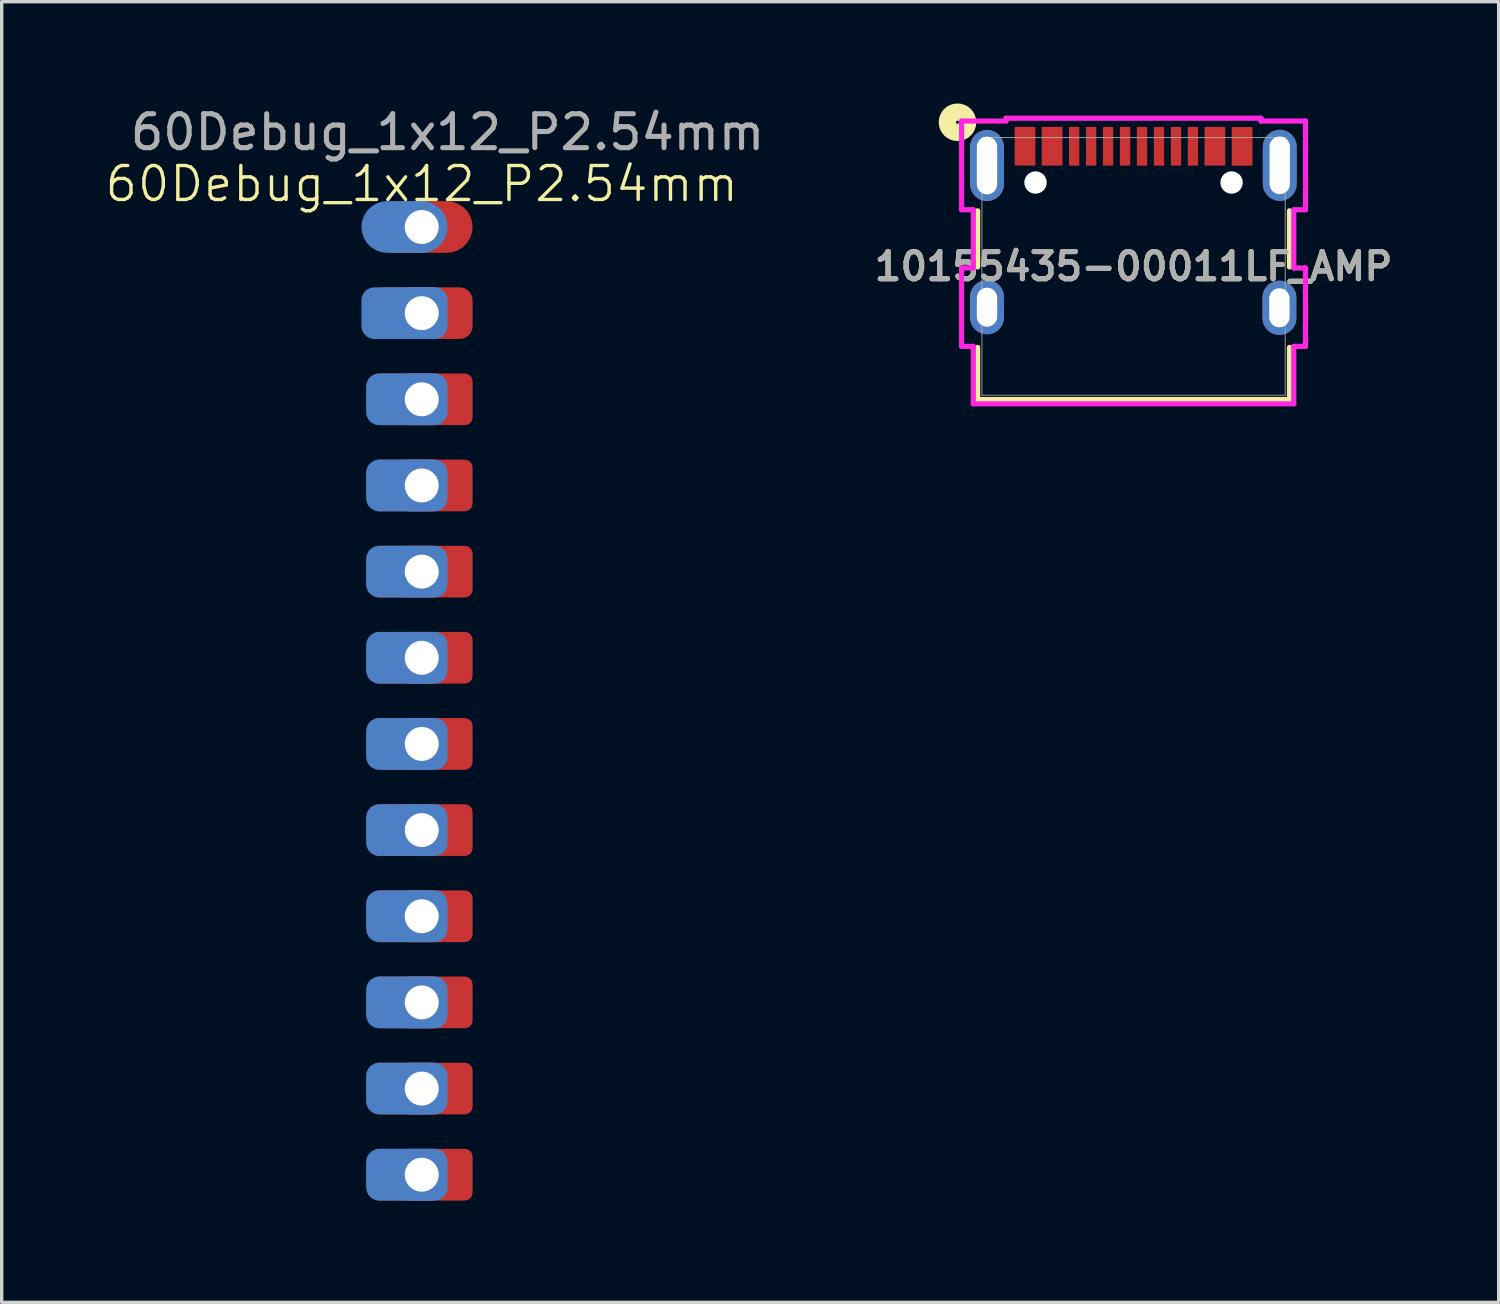
<source format=kicad_pcb>
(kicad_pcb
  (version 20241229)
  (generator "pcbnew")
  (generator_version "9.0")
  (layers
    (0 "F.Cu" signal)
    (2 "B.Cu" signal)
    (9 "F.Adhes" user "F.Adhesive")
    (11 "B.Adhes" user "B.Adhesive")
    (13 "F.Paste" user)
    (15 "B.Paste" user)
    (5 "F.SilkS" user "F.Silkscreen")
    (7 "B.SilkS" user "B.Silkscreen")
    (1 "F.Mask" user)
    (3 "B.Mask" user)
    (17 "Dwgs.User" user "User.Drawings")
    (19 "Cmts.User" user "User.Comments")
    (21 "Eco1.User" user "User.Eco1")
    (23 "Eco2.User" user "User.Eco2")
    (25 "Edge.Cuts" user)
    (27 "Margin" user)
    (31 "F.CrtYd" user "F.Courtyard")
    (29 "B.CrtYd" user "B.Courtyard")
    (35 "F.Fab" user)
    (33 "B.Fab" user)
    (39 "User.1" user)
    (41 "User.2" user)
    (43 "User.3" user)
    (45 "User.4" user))
  (footprint "10155435-00011LF_AMP"
    (layer "F.Cu")
    (at 30.368 4.804)
    (property "Reference" "10155435-00011LF_AMP" (at 0 0 0) (unlocked yes) (layer "F.SilkS") (effects (font (size 0.8 0.8) (thickness 0.15))))
    (attr smd)
    (fp_line (start -4.597 0.015) (end -4.597 -1.639) (stroke (width 0.152) (type solid)) (layer "F.SilkS"))
    (fp_line (start -4.597 3.924) (end -4.597 2.388) (stroke (width 0.152) (type solid)) (layer "F.SilkS"))
    (fp_line (start 4.597 -1.639) (end 4.597 0.015) (stroke (width 0.152) (type solid)) (layer "F.SilkS"))
    (fp_line (start 4.597 2.388) (end 4.597 3.924) (stroke (width 0.152) (type solid)) (layer "F.SilkS"))
    (fp_line (start 4.597 3.924) (end -4.597 3.924) (stroke (width 0.152) (type solid)) (layer "F.SilkS"))
    (fp_circle (center -5.19 -4.25) (end -4.89 -4.25) (stroke (width 0.508) (type solid)) (fill no) (layer "F.SilkS"))
    (fp_line (start -5.069 -4.286) (end -5.069 -1.67) (stroke (width 0.152) (type solid)) (layer "F.CrtYd"))
    (fp_line (start -5.069 -1.67) (end -4.724 -1.67) (stroke (width 0.152) (type solid)) (layer "F.CrtYd"))
    (fp_line (start -5.069 0.046) (end -5.069 2.357) (stroke (width 0.152) (type solid)) (layer "F.CrtYd"))
    (fp_line (start -5.069 2.357) (end -4.724 2.357) (stroke (width 0.152) (type solid)) (layer "F.CrtYd"))
    (fp_line (start -4.724 -1.67) (end -4.724 0.046) (stroke (width 0.152) (type solid)) (layer "F.CrtYd"))
    (fp_line (start -4.724 0.046) (end -5.069 0.046) (stroke (width 0.152) (type solid)) (layer "F.CrtYd"))
    (fp_line (start -4.724 2.357) (end -4.724 4.051) (stroke (width 0.152) (type solid)) (layer "F.CrtYd"))
    (fp_line (start -4.724 4.051) (end 4.724 4.051) (stroke (width 0.152) (type solid)) (layer "F.CrtYd"))
    (fp_line (start -3.759 -4.369) (end -3.759 -4.286) (stroke (width 0.152) (type solid)) (layer "F.CrtYd"))
    (fp_line (start -3.759 -4.286) (end -5.069 -4.286) (stroke (width 0.152) (type solid)) (layer "F.CrtYd"))
    (fp_line (start 3.759 -4.369) (end -3.759 -4.369) (stroke (width 0.152) (type solid)) (layer "F.CrtYd"))
    (fp_line (start 3.759 -4.286) (end 3.759 -4.369) (stroke (width 0.152) (type solid)) (layer "F.CrtYd"))
    (fp_line (start 4.724 -1.67) (end 5.069 -1.67) (stroke (width 0.152) (type solid)) (layer "F.CrtYd"))
    (fp_line (start 4.724 0.046) (end 4.724 -1.67) (stroke (width 0.152) (type solid)) (layer "F.CrtYd"))
    (fp_line (start 4.724 2.357) (end 5.069 2.357) (stroke (width 0.152) (type solid)) (layer "F.CrtYd"))
    (fp_line (start 4.724 4.051) (end 4.724 2.357) (stroke (width 0.152) (type solid)) (layer "F.CrtYd"))
    (fp_line (start 5.069 -4.286) (end 3.759 -4.286) (stroke (width 0.152) (type solid)) (layer "F.CrtYd"))
    (fp_line (start 5.069 -1.67) (end 5.069 -4.286) (stroke (width 0.152) (type solid)) (layer "F.CrtYd"))
    (fp_line (start 5.069 0.046) (end 4.724 0.046) (stroke (width 0.152) (type solid)) (layer "F.CrtYd"))
    (fp_line (start 5.069 2.357) (end 5.069 0.046) (stroke (width 0.152) (type solid)) (layer "F.CrtYd"))
    (fp_line (start -4.32 0.602) (end -4.32 1.802) (stroke (width 0.01) (type solid)) (layer "B.Fab"))
    (fp_line (start -4.47 -3.797) (end -4.47 3.797) (stroke (width 0.025) (type solid)) (layer "F.Fab"))
    (fp_line (start -4.47 3.797) (end 4.47 3.797) (stroke (width 0.025) (type solid)) (layer "F.Fab"))
    (fp_line (start -4.32 -4.025) (end -4.32 -4.015) (stroke (width 0.01) (type solid)) (layer "F.Fab"))
    (fp_line (start 4.47 -3.797) (end -4.47 -3.797) (stroke (width 0.025) (type solid)) (layer "F.Fab"))
    (fp_line (start 4.47 3.797) (end 4.47 -3.797) (stroke (width 0.025) (type solid)) (layer "F.Fab"))
    (fp_text user "${REFERENCE}" (at 0 0 0) (unlocked yes) (layer "F.Fab") (effects (font (size 0.8 0.8) (thickness 0.15))))
    (pad "" np_thru_hole circle (at -2.89 -2.473) (size 0.66 0.66) (drill 0.66) (layers "*.Cu" "*.Mask"))
    (pad "" np_thru_hole circle (at 2.89 -2.473) (size 0.66 0.66) (drill 0.66) (layers "*.Cu" "*.Mask"))
    (pad "A5" smd rect (at -1.251 -3.543) (size 0.305 1.143) (layers "F.Cu" "F.Mask" "F.Paste"))
    (pad "A6" smd rect (at -0.25 -3.543) (size 0.305 1.143) (layers "F.Cu" "F.Mask" "F.Paste"))
    (pad "A7" smd rect (at 0.25 -3.543) (size 0.305 1.143) (layers "F.Cu" "F.Mask" "F.Paste"))
    (pad "A8" smd rect (at 1.251 -3.543) (size 0.305 1.143) (layers "F.Cu" "F.Mask" "F.Paste"))
    (pad "B5" smd rect (at 1.751 -3.543) (size 0.305 1.143) (layers "F.Cu" "F.Mask" "F.Paste"))
    (pad "B6" smd rect (at 0.751 -3.543) (size 0.305 1.143) (layers "F.Cu" "F.Mask" "F.Paste"))
    (pad "B7" smd rect (at -0.751 -3.543) (size 0.305 1.143) (layers "F.Cu" "F.Mask" "F.Paste"))
    (pad "B8" smd rect (at -1.751 -3.543) (size 0.305 1.143) (layers "F.Cu" "F.Mask" "F.Paste"))
    (pad "GND1" smd rect (at -3.199 -3.544) (size 0.611 1.142) (layers "F.Cu" "F.Mask" "F.Paste"))
    (pad "GND2" smd rect (at 3.2 -3.54) (size 0.611 1.142) (layers "F.Cu" "F.Mask" "F.Paste"))
    (pad "SHLD1" thru_hole oval (at -4.32 1.202 180) (size 1 1.6) (drill oval 0.6 1.15) (layers "*.Cu" "*.Mask"))
    (pad "SHLD2" thru_hole oval (at 4.3 1.22 180) (size 1 1.6) (drill oval 0.6 1.15) (layers "*.Cu" "*.Mask"))
    (pad "SHLD3" thru_hole roundrect (at -4.32 -2.975 180) (size 1 2.1) (drill oval 0.6 1.7) (layers "*.Cu" "*.Mask") (roundrect_rratio 0.5))
    (pad "SHLD4" thru_hole roundrect (at 4.31 -2.98 180) (size 1 2.1) (drill oval 0.6 1.7) (layers "*.Cu" "*.Mask") (roundrect_rratio 0.5))
    (pad "VBUS1" smd rect (at -2.401 -3.543) (size 0.611 1.142) (layers "F.Cu" "F.Mask" "F.Paste"))
    (pad "VBUS2" smd rect (at 2.399 -3.544) (size 0.611 1.142) (layers "F.Cu" "F.Mask" "F.Paste")))
  (footprint "60Debug_1x12_P2.54mm"
    (layer "F.Cu")
    (at 9.383 3.642)
    (property "Reference" "60Debug_1x12_P2.54mm" (at 0 -1.27 0) (unlocked yes) (layer "F.SilkS") (effects (font (size 1 1) (thickness 0.1))))
    (attr smd)
    (fp_text user "${REFERENCE}" (at 0.762 -2.794 0) (unlocked yes) (layer "F.Fab") (effects (font (size 1 1) (thickness 0.15))))
    (pad "1" connect roundrect (at -0.52 0) (size 2.516 1.524) (layers "B.Cu" "B.Mask") (roundrect_rratio 0.5))
    (pad "1" thru_hole roundrect (at 0 0) (size 1.524 1.524) (drill 1) (layers "*.Cu" "*.Mask") (roundrect_rratio 0.5))
    (pad "1" connect roundrect (at 0 0) (size 3 1.524) (layers "F.Cu" "F.Mask") (roundrect_rratio 0.5))
    (pad "2" connect roundrect (at -0.52 2.54) (size 2.516 1.524) (layers "B.Cu" "B.Mask") (roundrect_rratio 0.25))
    (pad "2" thru_hole roundrect (at 0 2.54) (size 1.524 1.524) (drill 1) (layers "*.Cu" "*.Mask") (roundrect_rratio 0.25))
    (pad "2" connect roundrect (at 0 2.54) (size 3 1.524) (layers "F.Cu" "F.Mask") (roundrect_rratio 0.25))
    (pad "3" connect roundrect (at -0.508 5.08) (size 2.262 1.524) (layers "B.Cu" "B.Mask") (roundrect_rratio 0.25))
    (pad "3" thru_hole roundrect (at 0 5.08) (size 1.524 1.524) (drill 1) (layers "*.Cu" "*.Mask") (roundrect_rratio 0.25))
    (pad "3" connect roundrect (at 0 5.08) (size 3 1.524) (layers "F.Cu" "F.Mask") (roundrect_rratio 0.15))
    (pad "4" connect roundrect (at -0.508 7.62) (size 2.262 1.524) (layers "B.Cu" "B.Mask") (roundrect_rratio 0.25))
    (pad "4" thru_hole roundrect (at 0 7.62) (size 1.524 1.524) (drill 1) (layers "*.Cu" "*.Mask") (roundrect_rratio 0.25))
    (pad "4" connect roundrect (at 0 7.62) (size 3 1.524) (layers "F.Cu" "F.Mask") (roundrect_rratio 0.15))
    (pad "5" connect roundrect (at -0.508 10.16) (size 2.262 1.524) (layers "B.Cu" "B.Mask") (roundrect_rratio 0.25))
    (pad "5" thru_hole roundrect (at 0 10.16) (size 1.524 1.524) (drill 1) (layers "*.Cu" "*.Mask") (roundrect_rratio 0.25))
    (pad "5" connect roundrect (at 0 10.16) (size 3 1.524) (layers "F.Cu" "F.Mask") (roundrect_rratio 0.15))
    (pad "6" connect roundrect (at -0.508 12.7) (size 2.262 1.524) (layers "B.Cu" "B.Mask") (roundrect_rratio 0.25))
    (pad "6" thru_hole roundrect (at 0 12.7) (size 1.524 1.524) (drill 1) (layers "*.Cu" "*.Mask") (roundrect_rratio 0.25))
    (pad "6" connect roundrect (at 0 12.7) (size 3 1.524) (layers "F.Cu" "F.Mask") (roundrect_rratio 0.15))
    (pad "7" connect roundrect (at -0.508 15.24) (size 2.262 1.524) (layers "B.Cu" "B.Mask") (roundrect_rratio 0.25))
    (pad "7" thru_hole roundrect (at 0 15.24) (size 1.524 1.524) (drill 1) (layers "*.Cu" "*.Mask") (roundrect_rratio 0.25))
    (pad "7" connect roundrect (at 0 15.24) (size 3 1.524) (layers "F.Cu" "F.Mask") (roundrect_rratio 0.15))
    (pad "8" connect roundrect (at -0.508 17.78) (size 2.262 1.524) (layers "B.Cu" "B.Mask") (roundrect_rratio 0.25))
    (pad "8" thru_hole roundrect (at 0 17.78) (size 1.524 1.524) (drill 1) (layers "*.Cu" "*.Mask") (roundrect_rratio 0.25))
    (pad "8" connect roundrect (at 0 17.78) (size 3 1.524) (layers "F.Cu" "F.Mask") (roundrect_rratio 0.15))
    (pad "9" connect roundrect (at -0.508 20.32) (size 2.262 1.524) (layers "B.Cu" "B.Mask") (roundrect_rratio 0.25))
    (pad "9" thru_hole roundrect (at 0 20.32) (size 1.524 1.524) (drill 1) (layers "*.Cu" "*.Mask") (roundrect_rratio 0.25))
    (pad "9" connect roundrect (at 0 20.32) (size 3 1.524) (layers "F.Cu" "F.Mask") (roundrect_rratio 0.15))
    (pad "10" connect roundrect (at -0.508 22.86) (size 2.262 1.524) (layers "B.Cu" "B.Mask") (roundrect_rratio 0.25))
    (pad "10" thru_hole roundrect (at 0 22.86) (size 1.524 1.524) (drill 1) (layers "*.Cu" "*.Mask") (roundrect_rratio 0.25))
    (pad "10" connect roundrect (at 0 22.86) (size 3 1.524) (layers "F.Cu" "F.Mask") (roundrect_rratio 0.15))
    (pad "11" connect roundrect (at -0.508 25.4) (size 2.262 1.524) (layers "B.Cu" "B.Mask") (roundrect_rratio 0.25))
    (pad "11" thru_hole roundrect (at 0 25.4) (size 1.524 1.524) (drill 1) (layers "*.Cu" "*.Mask") (roundrect_rratio 0.25))
    (pad "11" connect roundrect (at 0 25.4) (size 3 1.524) (layers "F.Cu" "F.Mask") (roundrect_rratio 0.15))
    (pad "12" connect roundrect (at -0.508 27.94) (size 2.262 1.524) (layers "B.Cu" "B.Mask") (roundrect_rratio 0.25))
    (pad "12" thru_hole roundrect (at 0 27.94) (size 1.524 1.524) (drill 1) (layers "*.Cu" "*.Mask") (roundrect_rratio 0.25))
    (pad "12" connect roundrect (at 0 27.94) (size 3 1.524) (layers "F.Cu" "F.Mask") (roundrect_rratio 0.15)))
  (gr_rect
    (start -3 -3)
    (end 41.132 35.344)
    (stroke (width 0.1) (type default))
    (fill no)
    (layer "Edge.Cuts")))
</source>
